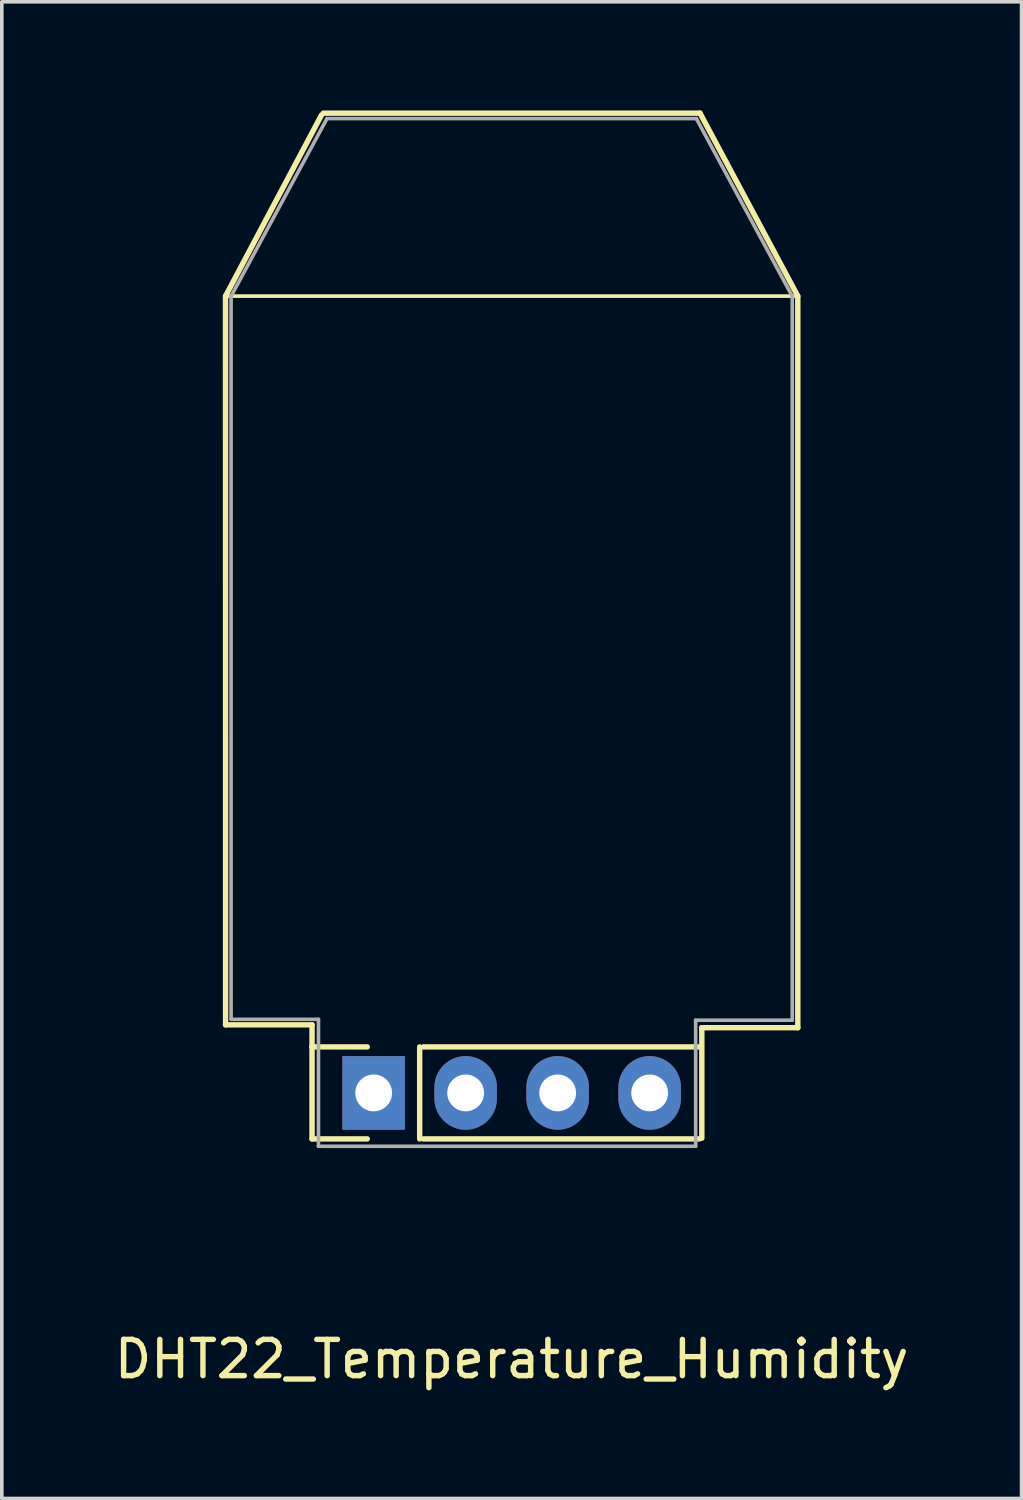
<source format=kicad_pcb>
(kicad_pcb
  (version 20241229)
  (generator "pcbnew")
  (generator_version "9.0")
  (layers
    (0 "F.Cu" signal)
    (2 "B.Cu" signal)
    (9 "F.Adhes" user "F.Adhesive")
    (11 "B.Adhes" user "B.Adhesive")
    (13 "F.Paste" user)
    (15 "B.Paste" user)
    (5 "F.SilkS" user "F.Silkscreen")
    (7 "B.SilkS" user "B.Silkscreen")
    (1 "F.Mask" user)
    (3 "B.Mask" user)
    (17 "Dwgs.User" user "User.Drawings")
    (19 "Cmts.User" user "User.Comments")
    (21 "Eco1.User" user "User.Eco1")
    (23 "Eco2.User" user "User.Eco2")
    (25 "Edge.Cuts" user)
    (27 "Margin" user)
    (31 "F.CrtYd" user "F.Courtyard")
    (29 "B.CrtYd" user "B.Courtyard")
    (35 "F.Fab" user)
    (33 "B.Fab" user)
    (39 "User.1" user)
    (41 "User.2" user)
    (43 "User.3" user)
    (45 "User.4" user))
  (footprint "DHT22_Temperature_Humidity"
    (layer "F.Cu")
    (at 11.077 27.125)
    (property "Reference" "DHT22_Temperature_Humidity" (at 0 7.35 0) (layer "F.SilkS") (effects (font (size 1 1) (thickness 0.15))))
    (fp_line (start -7.9 -22) (end 7.9 -22) (stroke (width 0.1) (type solid)) (layer "F.SilkS"))
    (fp_line (start -7.899 -1.88) (end -7.9 -22) (stroke (width 0.15) (type solid)) (layer "F.SilkS"))
    (fp_line (start -5.512 -1.88) (end -7.899 -1.88) (stroke (width 0.15) (type solid)) (layer "F.SilkS"))
    (fp_line (start -5.512 -1.27) (end -5.512 -1.88) (stroke (width 0.15) (type solid)) (layer "F.SilkS"))
    (fp_line (start -5.512 -1.27) (end -5.512 1.27) (stroke (width 0.15) (type solid)) (layer "F.SilkS"))
    (fp_line (start -5.512 1.27) (end -3.988 1.27) (stroke (width 0.15) (type solid)) (layer "F.SilkS"))
    (fp_line (start -5.25 -27) (end -7.9 -22) (stroke (width 0.15) (type solid)) (layer "F.SilkS"))
    (fp_line (start -3.988 -1.27) (end -5.512 -1.27) (stroke (width 0.15) (type solid)) (layer "F.SilkS"))
    (fp_line (start -2.54 1.27) (end -2.54 -1.27) (stroke (width 0.15) (type solid)) (layer "F.SilkS"))
    (fp_line (start -2.438 -1.27) (end 5.182 -1.27) (stroke (width 0.15) (type solid)) (layer "F.SilkS"))
    (fp_line (start 5.182 1.27) (end -2.438 1.27) (stroke (width 0.15) (type solid)) (layer "F.SilkS"))
    (fp_line (start 5.2 -27.05) (end -5.2 -27.05) (stroke (width 0.15) (type solid)) (layer "F.SilkS"))
    (fp_line (start 5.2 -27.05) (end 7.9 -22) (stroke (width 0.15) (type solid)) (layer "F.SilkS"))
    (fp_line (start 5.25 -1.8) (end 5.25 1.25) (stroke (width 0.15) (type solid)) (layer "F.SilkS"))
    (fp_line (start 5.25 -1.8) (end 7.9 -1.8) (stroke (width 0.15) (type solid)) (layer "F.SilkS"))
    (fp_line (start 7.9 -1.8) (end 7.9 -22) (stroke (width 0.15) (type solid)) (layer "F.SilkS"))
    (fp_line (start -7.747 -21.996) (end -5.1 -26.9) (stroke (width 0.1) (type solid)) (layer "F.Fab"))
    (fp_line (start -7.747 -2.032) (end -7.747 -21.996) (stroke (width 0.1) (type solid)) (layer "F.Fab"))
    (fp_line (start -7.747 -2.032) (end -5.334 -2.032) (stroke (width 0.1) (type solid)) (layer "F.Fab"))
    (fp_line (start -5.334 -2.032) (end -5.334 1.473) (stroke (width 0.1) (type solid)) (layer "F.Fab"))
    (fp_line (start -5.334 1.473) (end 5.08 1.473) (stroke (width 0.1) (type solid)) (layer "F.Fab"))
    (fp_line (start -5.1 -26.9) (end 5.1 -26.9) (stroke (width 0.1) (type solid)) (layer "F.Fab"))
    (fp_line (start 5.08 -2.007) (end 5.08 1.473) (stroke (width 0.1) (type solid)) (layer "F.Fab"))
    (fp_line (start 7.747 -21.996) (end 5.1 -26.9) (stroke (width 0.1) (type solid)) (layer "F.Fab"))
    (fp_line (start 7.747 -21.996) (end 7.747 -2.007) (stroke (width 0.1) (type solid)) (layer "F.Fab"))
    (fp_line (start 7.747 -2.007) (end 5.08 -2.007) (stroke (width 0.1) (type solid)) (layer "F.Fab"))
    (pad "1" thru_hole rect (at -3.81 0 90) (size 2.032 1.727) (drill 1.016) (layers "*.Cu" "*.Mask"))
    (pad "2" thru_hole oval (at -1.27 0 90) (size 2.032 1.727) (drill 1.016) (layers "*.Cu" "*.Mask"))
    (pad "3" thru_hole oval (at 1.27 0 90) (size 2.032 1.727) (drill 1.016) (layers "*.Cu" "*.Mask"))
    (pad "4" thru_hole oval (at 3.81 0 90) (size 2.032 1.727) (drill 1.016) (layers "*.Cu" "*.Mask")))
  (gr_rect
    (start -3 -3)
    (end 25.155 38.323)
    (stroke (width 0.1) (type default))
    (fill no)
    (layer "Edge.Cuts")))
</source>
